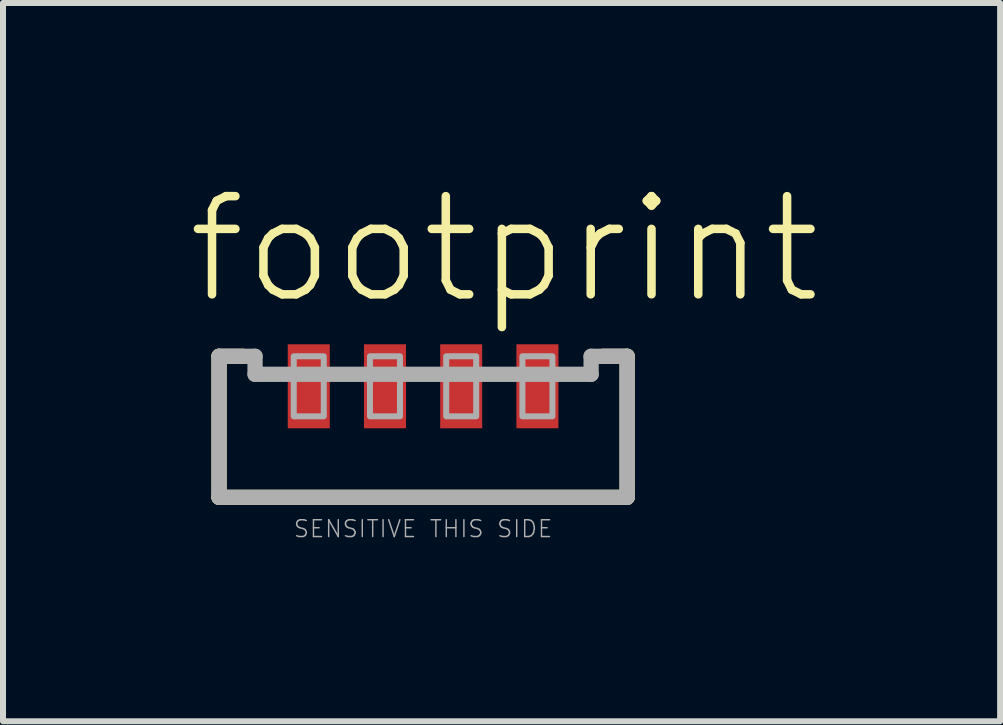
<source format=kicad_pcb>
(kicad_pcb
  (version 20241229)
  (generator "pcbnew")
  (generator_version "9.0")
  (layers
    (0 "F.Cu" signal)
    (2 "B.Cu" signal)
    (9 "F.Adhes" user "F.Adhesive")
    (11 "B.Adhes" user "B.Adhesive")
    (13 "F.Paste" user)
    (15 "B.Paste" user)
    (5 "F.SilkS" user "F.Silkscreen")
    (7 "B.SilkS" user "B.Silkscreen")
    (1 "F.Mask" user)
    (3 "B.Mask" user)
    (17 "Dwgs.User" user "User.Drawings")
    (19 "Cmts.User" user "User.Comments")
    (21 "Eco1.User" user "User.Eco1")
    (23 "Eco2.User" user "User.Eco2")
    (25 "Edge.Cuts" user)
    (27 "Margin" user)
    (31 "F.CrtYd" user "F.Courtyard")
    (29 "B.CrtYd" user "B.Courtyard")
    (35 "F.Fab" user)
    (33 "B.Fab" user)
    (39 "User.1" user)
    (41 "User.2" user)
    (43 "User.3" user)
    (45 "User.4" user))
  (footprint "footprint"
    (layer "F.Cu")
    (at 4 4.062)
    (property "Reference" "footprint" (at -4 -2 0) (layer "F.SilkS") (effects (font (size 1.636 1.636) (thickness 0.142)) (justify left bottom)))
    (fp_line (start -3.4 -1.175) (end -3 -1.175) (stroke (width 0.254) (type solid)) (layer "F.SilkS"))
    (fp_line (start -3.4 1.175) (end -3.4 -1.175) (stroke (width 0.254) (type solid)) (layer "F.SilkS"))
    (fp_line (start 3 -1.175) (end 3.4 -1.175) (stroke (width 0.254) (type solid)) (layer "F.SilkS"))
    (fp_line (start 3.4 -1.175) (end 3.4 1.175) (stroke (width 0.254) (type solid)) (layer "F.SilkS"))
    (fp_line (start 3.4 1.175) (end -3.4 1.175) (stroke (width 0.254) (type solid)) (layer "F.SilkS"))
    (fp_line (start -3.4 -1.175) (end -3.4 1.175) (stroke (width 0.254) (type solid)) (layer "F.Fab"))
    (fp_line (start -3.4 1.175) (end 3.4 1.175) (stroke (width 0.254) (type solid)) (layer "F.Fab"))
    (fp_line (start -2.8 -1.175) (end -3.4 -1.175) (stroke (width 0.254) (type solid)) (layer "F.Fab"))
    (fp_line (start -2.8 -1.175) (end -2.8 -0.875) (stroke (width 0.254) (type solid)) (layer "F.Fab"))
    (fp_line (start 2.8 -1.175) (end 2.8 -0.875) (stroke (width 0.254) (type solid)) (layer "F.Fab"))
    (fp_line (start 2.8 -0.875) (end -2.8 -0.875) (stroke (width 0.254) (type solid)) (layer "F.Fab"))
    (fp_line (start 3.4 -1.175) (end 2.8 -1.175) (stroke (width 0.254) (type solid)) (layer "F.Fab"))
    (fp_line (start 3.4 1.175) (end 3.4 -1.175) (stroke (width 0.254) (type solid)) (layer "F.Fab"))
    (fp_poly (pts (xy -1.655 -1.175) (xy -2.155 -1.175) (xy -2.155 -0.175) (xy -1.655 -0.175)) (stroke (width 0.1) (type solid)) (fill no) (layer "F.Fab"))
    (fp_poly (pts (xy -0.385 -1.175) (xy -0.885 -1.175) (xy -0.885 -0.175) (xy -0.385 -0.175)) (stroke (width 0.1) (type solid)) (fill no) (layer "F.Fab"))
    (fp_poly (pts (xy 0.885 -1.175) (xy 0.385 -1.175) (xy 0.385 -0.175) (xy 0.885 -0.175)) (stroke (width 0.1) (type solid)) (fill no) (layer "F.Fab"))
    (fp_poly (pts (xy 2.155 -1.175) (xy 1.655 -1.175) (xy 1.655 -0.175) (xy 2.155 -0.175)) (stroke (width 0.1) (type solid)) (fill no) (layer "F.Fab"))
    (fp_text user "SENSITIVE THIS SIDE" (at 0 1.7 0) (layer "F.Fab") (effects (font (size 0.28 0.28) (thickness 0.024))))
    (pad "1" smd rect (at -1.905 -0.675 90) (size 1.4 0.7) (layers "F.Cu" "F.Mask" "F.Paste"))
    (pad "2" smd rect (at -0.635 -0.675 90) (size 1.4 0.7) (layers "F.Cu" "F.Mask" "F.Paste"))
    (pad "3" smd rect (at 0.635 -0.675 90) (size 1.4 0.7) (layers "F.Cu" "F.Mask" "F.Paste"))
    (pad "4" smd rect (at 1.905 -0.675 90) (size 1.4 0.7) (layers "F.Cu" "F.Mask" "F.Paste")))
  (gr_rect
    (start -3 -3)
    (end 13.615 8.969)
    (stroke (width 0.1) (type default))
    (fill no)
    (layer "Edge.Cuts")))
</source>
